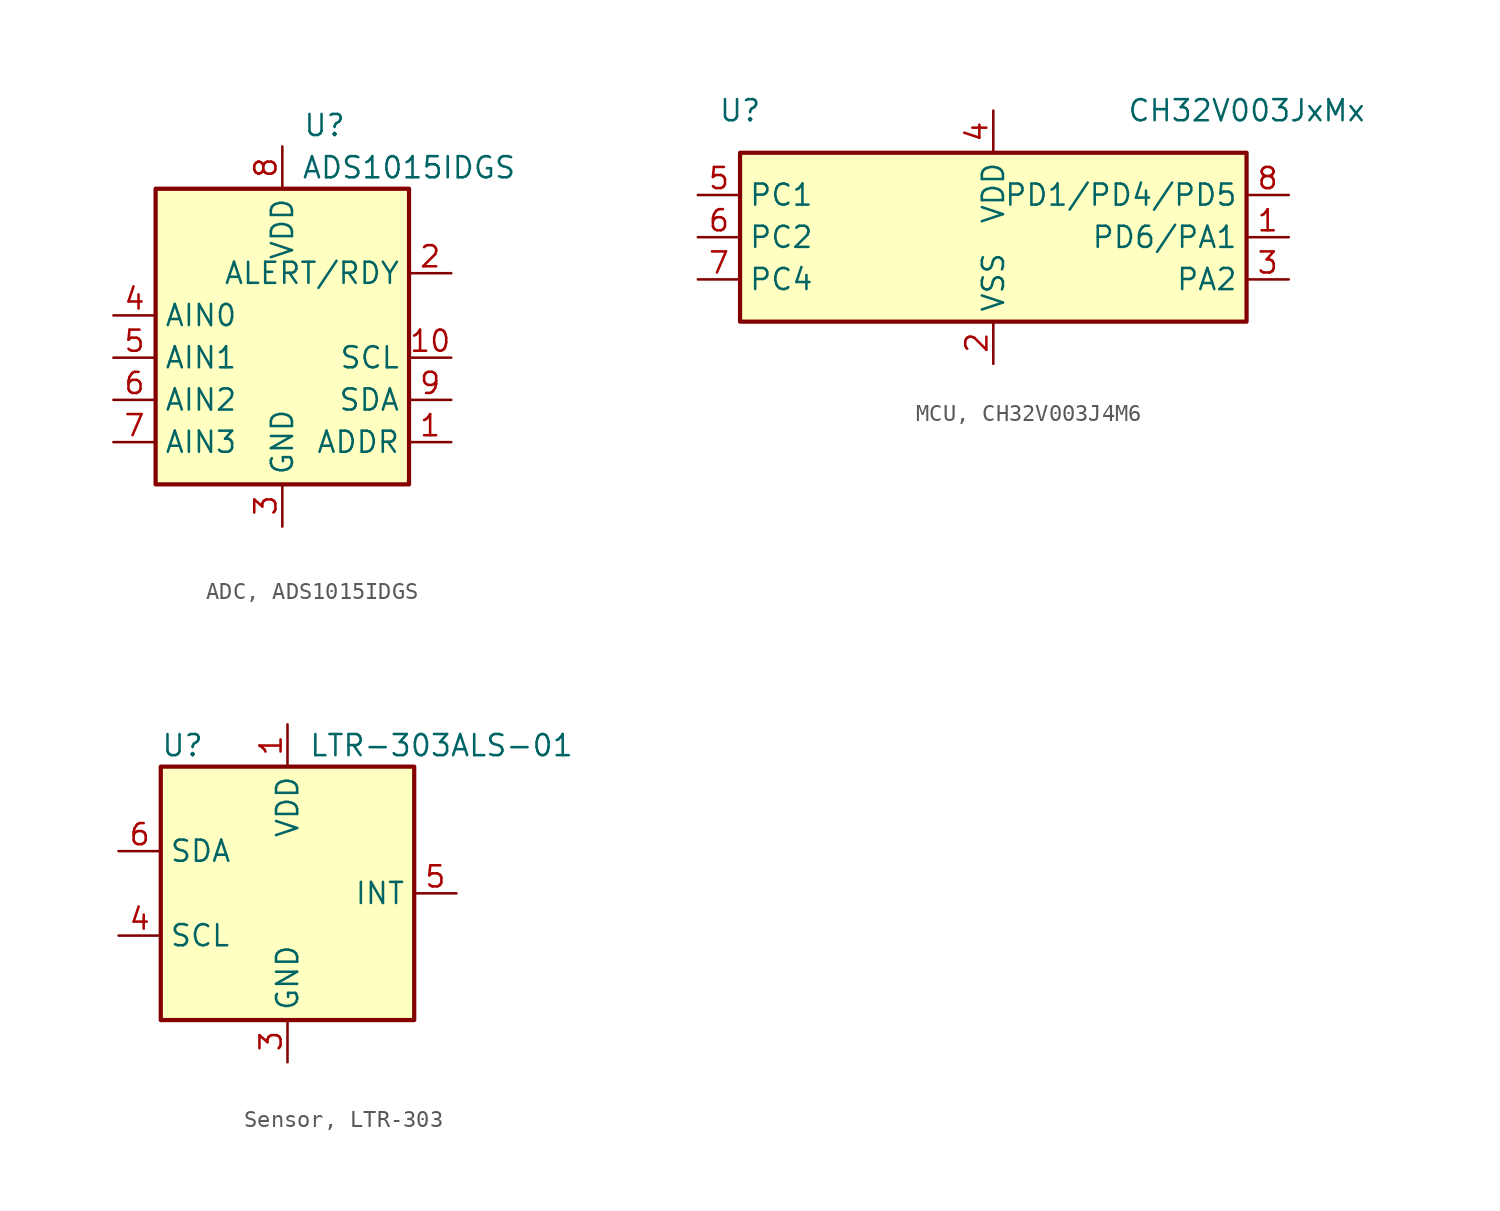
<source format=kicad_sym>
(kicad_symbol_lib
  (version 20231120)
  (generator "kicad_symbol_editor")
  (generator_version "8.0")
  (symbol "ADC, ADS1015IDGS"
    (property "Reference" "U"
      (at 2.54 13.97 0)
      (effects (font (size 1.27 1.27))))
    (property "Value" "ADS1015IDGS"
      (at 7.62 11.43 0)
      (effects (font (size 1.27 1.27))))
    (symbol "ADC, ADS1015IDGS_0_1"
      (rectangle (start -7.62 10.16) (end 7.62 -7.62) (stroke (width 0.254) (type default)) (fill (type background))))
    (symbol "ADC, ADS1015IDGS_1_1"
      (pin input line (at 10.16 -5.08 180) (length 2.54) (name "ADDR" (effects (font (size 1.27 1.27)))) (number "1" (effects (font (size 1.27 1.27)))))
      (pin input line (at 10.16 0 180) (length 2.54) (name "SCL" (effects (font (size 1.27 1.27)))) (number "10" (effects (font (size 1.27 1.27)))))
      (pin output line (at 10.16 5.08 180) (length 2.54) (name "ALERT/RDY" (effects (font (size 1.27 1.27)))) (number "2" (effects (font (size 1.27 1.27)))))
      (pin power_in line (at 0 -10.16 90) (length 2.54) (name "GND" (effects (font (size 1.27 1.27)))) (number "3" (effects (font (size 1.27 1.27)))))
      (pin input line (at -10.16 2.54 0) (length 2.54) (name "AIN0" (effects (font (size 1.27 1.27)))) (number "4" (effects (font (size 1.27 1.27)))))
      (pin input line (at -10.16 0 0) (length 2.54) (name "AIN1" (effects (font (size 1.27 1.27)))) (number "5" (effects (font (size 1.27 1.27)))))
      (pin input line (at -10.16 -2.54 0) (length 2.54) (name "AIN2" (effects (font (size 1.27 1.27)))) (number "6" (effects (font (size 1.27 1.27)))))
      (pin input line (at -10.16 -5.08 0) (length 2.54) (name "AIN3" (effects (font (size 1.27 1.27)))) (number "7" (effects (font (size 1.27 1.27)))))
      (pin power_in line (at 0 12.7 270) (length 2.54) (name "VDD" (effects (font (size 1.27 1.27)))) (number "8" (effects (font (size 1.27 1.27)))))
      (pin bidirectional line (at 10.16 -2.54 180) (length 2.54) (name "SDA" (effects (font (size 1.27 1.27)))) (number "9" (effects (font (size 1.27 1.27)))))))
  (symbol "MCU, CH32V003J4M6"
    (property "Reference" "U"
      (at -15.24 7.62 0)
      (effects (font (size 1.27 1.27))))
    (property "Value" "CH32V003JxMx"
      (at 15.24 7.62 0)
      (effects (font (size 1.27 1.27))))
    (symbol "MCU, CH32V003J4M6_1_1"
      (rectangle (start -15.24 5.08) (end 15.24 -5.08) (stroke (width 0.254) (type default)) (fill (type background)))
      (pin bidirectional line (at 17.78 0 180) (length 2.54) (name "PD6/PA1" (effects (font (size 1.27 1.27)))) (number "1" (effects (font (size 1.27 1.27)))) (alternate "A1" bidirectional line) (alternate "A6" bidirectional line) (alternate "OPN0" bidirectional line) (alternate "OSCI" bidirectional line) (alternate "T1CH2" bidirectional line) (alternate "T1CH2_2" bidirectional line) (alternate "T2CH3_3" bidirectional line) (alternate "URX" bidirectional line) (alternate "UTX_2" bidirectional line))
      (pin power_in line (at 0 -7.62 90) (length 2.54) (name "VSS" (effects (font (size 1.27 1.27)))) (number "2" (effects (font (size 1.27 1.27)))))
      (pin bidirectional line (at 17.78 -2.54 180) (length 2.54) (name "PA2" (effects (font (size 1.27 1.27)))) (number "3" (effects (font (size 1.27 1.27)))) (alternate "A0" bidirectional line) (alternate "AETR2_1" bidirectional line) (alternate "OPP0" bidirectional line) (alternate "OSCO" bidirectional line) (alternate "TICH2N" bidirectional line) (alternate "TICH2N_2" bidirectional line))
      (pin power_in line (at 0 7.62 270) (length 2.54) (name "VDD" (effects (font (size 1.27 1.27)))) (number "4" (effects (font (size 1.27 1.27)))))
      (pin bidirectional line (at -17.78 2.54 0) (length 2.54) (name "PC1" (effects (font (size 1.27 1.27)))) (number "5" (effects (font (size 1.27 1.27)))) (alternate "NSS" bidirectional line) (alternate "SDA" bidirectional line) (alternate "T1BKIN_1" bidirectional line) (alternate "T1BKIN_3" bidirectional line) (alternate "T2CH1ETR_2" bidirectional line) (alternate "T2CH1ETR_3" bidirectional line) (alternate "T2CH4_1" bidirectional line) (alternate "URX_3" bidirectional line))
      (pin bidirectional line (at -17.78 0 0) (length 2.54) (name "PC2" (effects (font (size 1.27 1.27)))) (number "6" (effects (font (size 1.27 1.27)))) (alternate "AETR_1" bidirectional line) (alternate "SCL" bidirectional line) (alternate "T1BKIN" bidirectional line) (alternate "T1BKIN_2" bidirectional line) (alternate "T1ETR_3" bidirectional line) (alternate "T2CH2_1" bidirectional line) (alternate "URTS" bidirectional line) (alternate "URTS_1" bidirectional line))
      (pin bidirectional line (at -17.78 -2.54 0) (length 2.54) (name "PC4" (effects (font (size 1.27 1.27)))) (number "7" (effects (font (size 1.27 1.27)))) (alternate "A2" bidirectional line) (alternate "MCO" bidirectional line) (alternate "T1CH1_3" bidirectional line) (alternate "T1CH2N_1" bidirectional line) (alternate "T1CH4" bidirectional line) (alternate "T1CH4_2" bidirectional line))
      (pin bidirectional line (at 17.78 2.54 180) (length 2.54) (name "PD1/PD4/PD5" (effects (font (size 1.27 1.27)))) (number "8" (effects (font (size 1.27 1.27)))) (alternate "A5" bidirectional line) (alternate "A7" bidirectional line) (alternate "AETR2" bidirectional line) (alternate "OPO" bidirectional line) (alternate "SCL_1" bidirectional line) (alternate "SWIO" bidirectional line) (alternate "T1CH3N" bidirectional line) (alternate "T1CH3N_1" bidirectional line) (alternate "T1CH3N_2" bidirectional line) (alternate "T1CH4_3" bidirectional line) (alternate "T2CH1ETR" bidirectional line) (alternate "T2CH4_3" bidirectional line) (alternate "TIETR_2" bidirectional line) (alternate "UCK" bidirectional line) (alternate "URX_1" bidirectional line) (alternate "URX_2" bidirectional line) (alternate "UTX" bidirectional line))))
  (symbol "Sensor, LTR-303"
    (property "Reference" "U"
      (at -7.62 8.89 0)
      (effects (font (size 1.27 1.27)) (justify left)))
    (property "Value" "LTR-303ALS-01"
      (at 1.27 8.89 0)
      (effects (font (size 1.27 1.27)) (justify left)))
    (symbol "Sensor, LTR-303_0_1"
      (rectangle (start -7.62 7.62) (end 7.62 -7.62) (stroke (width 0.254) (type default)) (fill (type background))))
    (symbol "Sensor, LTR-303_1_1"
      (pin power_in line (at 0 10.16 270) (length 2.54) (name "VDD" (effects (font (size 1.27 1.27)))) (number "1" (effects (font (size 1.27 1.27)))))
      (pin no_connect line (at 7.62 -2.54 180) (length 2.54) hide (name "NC" (effects (font (size 1.27 1.27)))) (number "2" (effects (font (size 1.27 1.27)))))
      (pin power_in line (at 0 -10.16 90) (length 2.54) (name "GND" (effects (font (size 1.27 1.27)))) (number "3" (effects (font (size 1.27 1.27)))))
      (pin input line (at -10.16 -2.54 0) (length 2.54) (name "SCL" (effects (font (size 1.27 1.27)))) (number "4" (effects (font (size 1.27 1.27)))))
      (pin open_collector line (at 10.16 0 180) (length 2.54) (name "INT" (effects (font (size 1.27 1.27)))) (number "5" (effects (font (size 1.27 1.27)))))
      (pin bidirectional line (at -10.16 2.54 0) (length 2.54) (name "SDA" (effects (font (size 1.27 1.27)))) (number "6" (effects (font (size 1.27 1.27))))))))
</source>
